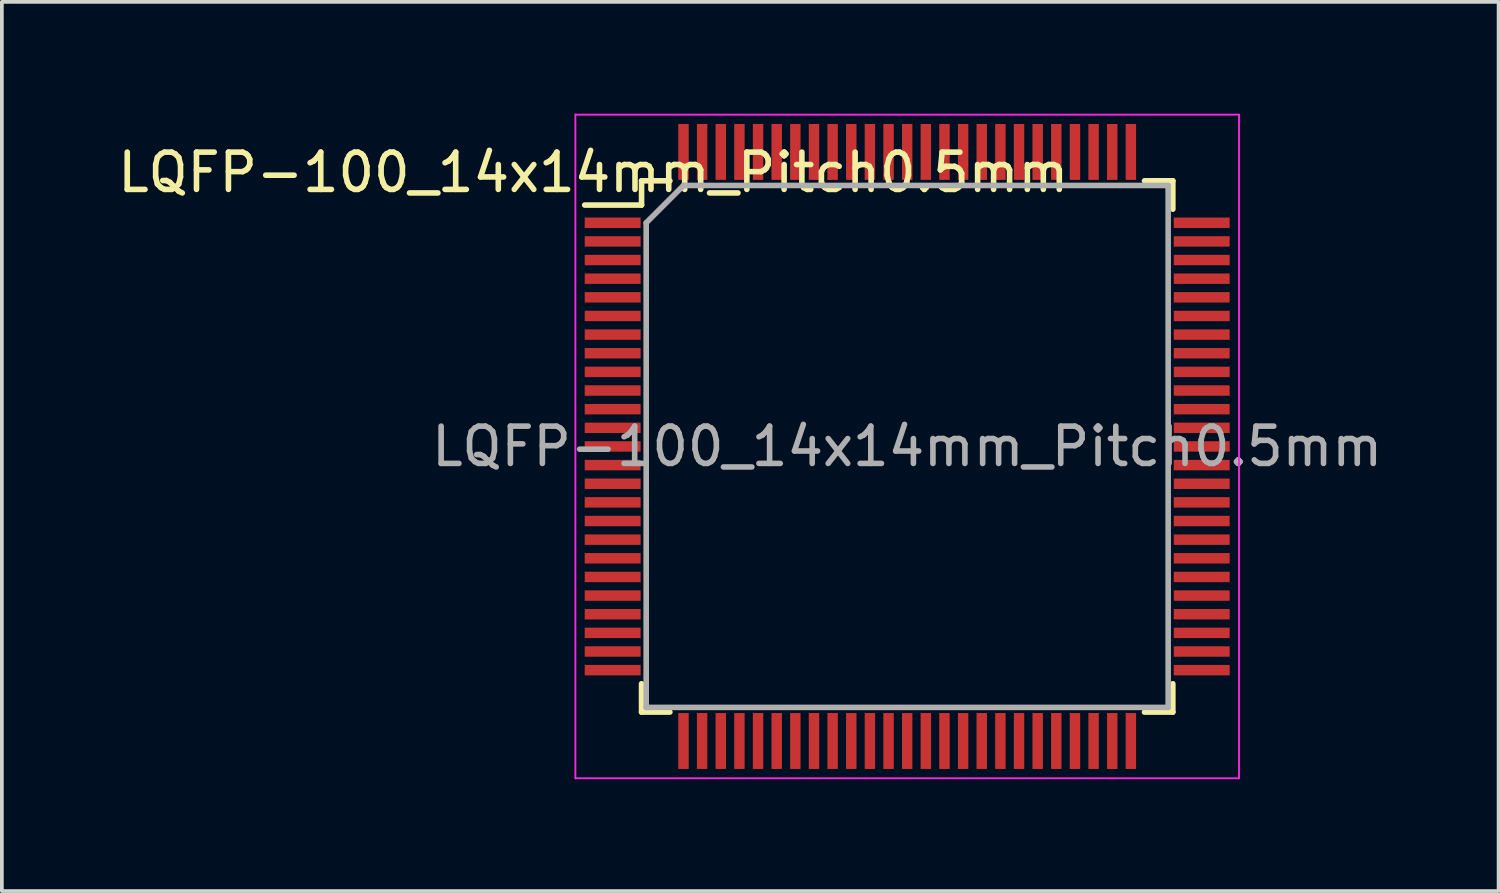
<source format=kicad_pcb>
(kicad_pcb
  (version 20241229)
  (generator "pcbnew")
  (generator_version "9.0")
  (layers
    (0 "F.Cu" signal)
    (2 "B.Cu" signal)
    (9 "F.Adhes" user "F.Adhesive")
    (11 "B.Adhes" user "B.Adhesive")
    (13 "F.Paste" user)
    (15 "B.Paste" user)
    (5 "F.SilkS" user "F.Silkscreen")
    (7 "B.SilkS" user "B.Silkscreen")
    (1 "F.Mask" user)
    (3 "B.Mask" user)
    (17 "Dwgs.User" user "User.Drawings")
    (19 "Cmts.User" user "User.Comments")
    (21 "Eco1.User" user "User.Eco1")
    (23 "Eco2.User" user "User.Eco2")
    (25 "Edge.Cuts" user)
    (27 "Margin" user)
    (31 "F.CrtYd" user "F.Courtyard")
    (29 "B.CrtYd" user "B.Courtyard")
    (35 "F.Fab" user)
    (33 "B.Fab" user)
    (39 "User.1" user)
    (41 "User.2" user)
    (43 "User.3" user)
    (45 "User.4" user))
  (footprint "LQFP-100_14x14mm_Pitch0.5mm"
    (layer "F.Cu")
    (at 21.283 8.925)
    (property "Reference" "LQFP-100_14x14mm_Pitch0.5mm" (at -8.42 -7.35 0) (layer "F.SilkS") (effects (font (size 1 1) (thickness 0.15))))
    (attr smd)
    (fp_line (start -7.125 -7.125) (end -7.125 -6.475) (stroke (width 0.15) (type solid)) (layer "F.SilkS"))
    (fp_line (start -7.125 -7.125) (end -6.365 -7.125) (stroke (width 0.15) (type solid)) (layer "F.SilkS"))
    (fp_line (start -7.125 -6.475) (end -8.65 -6.475) (stroke (width 0.15) (type solid)) (layer "F.SilkS"))
    (fp_line (start -7.125 7.125) (end -7.125 6.365) (stroke (width 0.15) (type solid)) (layer "F.SilkS"))
    (fp_line (start -7.125 7.125) (end -6.365 7.125) (stroke (width 0.15) (type solid)) (layer "F.SilkS"))
    (fp_line (start 7.125 -7.125) (end 6.365 -7.125) (stroke (width 0.15) (type solid)) (layer "F.SilkS"))
    (fp_line (start 7.125 -7.125) (end 7.125 -6.365) (stroke (width 0.15) (type solid)) (layer "F.SilkS"))
    (fp_line (start 7.125 7.125) (end 6.365 7.125) (stroke (width 0.15) (type solid)) (layer "F.SilkS"))
    (fp_line (start 7.125 7.125) (end 7.125 6.365) (stroke (width 0.15) (type solid)) (layer "F.SilkS"))
    (fp_line (start -8.9 -8.9) (end -8.9 8.9) (stroke (width 0.05) (type solid)) (layer "F.CrtYd"))
    (fp_line (start -8.9 -8.9) (end 8.9 -8.9) (stroke (width 0.05) (type solid)) (layer "F.CrtYd"))
    (fp_line (start -8.9 8.9) (end 8.9 8.9) (stroke (width 0.05) (type solid)) (layer "F.CrtYd"))
    (fp_line (start 8.9 -8.9) (end 8.9 8.9) (stroke (width 0.05) (type solid)) (layer "F.CrtYd"))
    (fp_line (start -7 -6) (end -6 -7) (stroke (width 0.15) (type solid)) (layer "F.Fab"))
    (fp_line (start -7 7) (end -7 -6) (stroke (width 0.15) (type solid)) (layer "F.Fab"))
    (fp_line (start -6 -7) (end 7 -7) (stroke (width 0.15) (type solid)) (layer "F.Fab"))
    (fp_line (start 7 -7) (end 7 7) (stroke (width 0.15) (type solid)) (layer "F.Fab"))
    (fp_line (start 7 7) (end -7 7) (stroke (width 0.15) (type solid)) (layer "F.Fab"))
    (fp_text user "${REFERENCE}" (at 0 0 0) (layer "F.Fab") (effects (font (size 1 1) (thickness 0.15))))
    (pad "1" smd rect (at -7.9 -6) (size 1.5 0.28) (layers "F.Cu" "F.Mask" "F.Paste"))
    (pad "2" smd rect (at -7.9 -5.5) (size 1.5 0.28) (layers "F.Cu" "F.Mask" "F.Paste"))
    (pad "3" smd rect (at -7.9 -5) (size 1.5 0.28) (layers "F.Cu" "F.Mask" "F.Paste"))
    (pad "4" smd rect (at -7.9 -4.5) (size 1.5 0.28) (layers "F.Cu" "F.Mask" "F.Paste"))
    (pad "5" smd rect (at -7.9 -4) (size 1.5 0.28) (layers "F.Cu" "F.Mask" "F.Paste"))
    (pad "6" smd rect (at -7.9 -3.5) (size 1.5 0.28) (layers "F.Cu" "F.Mask" "F.Paste"))
    (pad "7" smd rect (at -7.9 -3) (size 1.5 0.28) (layers "F.Cu" "F.Mask" "F.Paste"))
    (pad "8" smd rect (at -7.9 -2.5) (size 1.5 0.28) (layers "F.Cu" "F.Mask" "F.Paste"))
    (pad "9" smd rect (at -7.9 -2) (size 1.5 0.28) (layers "F.Cu" "F.Mask" "F.Paste"))
    (pad "10" smd rect (at -7.9 -1.5) (size 1.5 0.28) (layers "F.Cu" "F.Mask" "F.Paste"))
    (pad "11" smd rect (at -7.9 -1) (size 1.5 0.28) (layers "F.Cu" "F.Mask" "F.Paste"))
    (pad "12" smd rect (at -7.9 -0.5) (size 1.5 0.28) (layers "F.Cu" "F.Mask" "F.Paste"))
    (pad "13" smd rect (at -7.9 0) (size 1.5 0.28) (layers "F.Cu" "F.Mask" "F.Paste"))
    (pad "14" smd rect (at -7.9 0.5) (size 1.5 0.28) (layers "F.Cu" "F.Mask" "F.Paste"))
    (pad "15" smd rect (at -7.9 1) (size 1.5 0.28) (layers "F.Cu" "F.Mask" "F.Paste"))
    (pad "16" smd rect (at -7.9 1.5) (size 1.5 0.28) (layers "F.Cu" "F.Mask" "F.Paste"))
    (pad "17" smd rect (at -7.9 2) (size 1.5 0.28) (layers "F.Cu" "F.Mask" "F.Paste"))
    (pad "18" smd rect (at -7.9 2.5) (size 1.5 0.28) (layers "F.Cu" "F.Mask" "F.Paste"))
    (pad "19" smd rect (at -7.9 3) (size 1.5 0.28) (layers "F.Cu" "F.Mask" "F.Paste"))
    (pad "20" smd rect (at -7.9 3.5) (size 1.5 0.28) (layers "F.Cu" "F.Mask" "F.Paste"))
    (pad "21" smd rect (at -7.9 4) (size 1.5 0.28) (layers "F.Cu" "F.Mask" "F.Paste"))
    (pad "22" smd rect (at -7.9 4.5) (size 1.5 0.28) (layers "F.Cu" "F.Mask" "F.Paste"))
    (pad "23" smd rect (at -7.9 5) (size 1.5 0.28) (layers "F.Cu" "F.Mask" "F.Paste"))
    (pad "24" smd rect (at -7.9 5.5) (size 1.5 0.28) (layers "F.Cu" "F.Mask" "F.Paste"))
    (pad "25" smd rect (at -7.9 6) (size 1.5 0.28) (layers "F.Cu" "F.Mask" "F.Paste"))
    (pad "26" smd rect (at -6 7.9 90) (size 1.5 0.28) (layers "F.Cu" "F.Mask" "F.Paste"))
    (pad "27" smd rect (at -5.5 7.9 90) (size 1.5 0.28) (layers "F.Cu" "F.Mask" "F.Paste"))
    (pad "28" smd rect (at -5 7.9 90) (size 1.5 0.28) (layers "F.Cu" "F.Mask" "F.Paste"))
    (pad "29" smd rect (at -4.5 7.9 90) (size 1.5 0.28) (layers "F.Cu" "F.Mask" "F.Paste"))
    (pad "30" smd rect (at -4 7.9 90) (size 1.5 0.28) (layers "F.Cu" "F.Mask" "F.Paste"))
    (pad "31" smd rect (at -3.5 7.9 90) (size 1.5 0.28) (layers "F.Cu" "F.Mask" "F.Paste"))
    (pad "32" smd rect (at -3 7.9 90) (size 1.5 0.28) (layers "F.Cu" "F.Mask" "F.Paste"))
    (pad "33" smd rect (at -2.5 7.9 90) (size 1.5 0.28) (layers "F.Cu" "F.Mask" "F.Paste"))
    (pad "34" smd rect (at -2 7.9 90) (size 1.5 0.28) (layers "F.Cu" "F.Mask" "F.Paste"))
    (pad "35" smd rect (at -1.5 7.9 90) (size 1.5 0.28) (layers "F.Cu" "F.Mask" "F.Paste"))
    (pad "36" smd rect (at -1 7.9 90) (size 1.5 0.28) (layers "F.Cu" "F.Mask" "F.Paste"))
    (pad "37" smd rect (at -0.5 7.9 90) (size 1.5 0.28) (layers "F.Cu" "F.Mask" "F.Paste"))
    (pad "38" smd rect (at 0 7.9 90) (size 1.5 0.28) (layers "F.Cu" "F.Mask" "F.Paste"))
    (pad "39" smd rect (at 0.5 7.9 90) (size 1.5 0.28) (layers "F.Cu" "F.Mask" "F.Paste"))
    (pad "40" smd rect (at 1 7.9 90) (size 1.5 0.28) (layers "F.Cu" "F.Mask" "F.Paste"))
    (pad "41" smd rect (at 1.5 7.9 90) (size 1.5 0.28) (layers "F.Cu" "F.Mask" "F.Paste"))
    (pad "42" smd rect (at 2 7.9 90) (size 1.5 0.28) (layers "F.Cu" "F.Mask" "F.Paste"))
    (pad "43" smd rect (at 2.5 7.9 90) (size 1.5 0.28) (layers "F.Cu" "F.Mask" "F.Paste"))
    (pad "44" smd rect (at 3 7.9 90) (size 1.5 0.28) (layers "F.Cu" "F.Mask" "F.Paste"))
    (pad "45" smd rect (at 3.5 7.9 90) (size 1.5 0.28) (layers "F.Cu" "F.Mask" "F.Paste"))
    (pad "46" smd rect (at 4 7.9 90) (size 1.5 0.28) (layers "F.Cu" "F.Mask" "F.Paste"))
    (pad "47" smd rect (at 4.5 7.9 90) (size 1.5 0.28) (layers "F.Cu" "F.Mask" "F.Paste"))
    (pad "48" smd rect (at 5 7.9 90) (size 1.5 0.28) (layers "F.Cu" "F.Mask" "F.Paste"))
    (pad "49" smd rect (at 5.5 7.9 90) (size 1.5 0.28) (layers "F.Cu" "F.Mask" "F.Paste"))
    (pad "50" smd rect (at 6 7.9 90) (size 1.5 0.28) (layers "F.Cu" "F.Mask" "F.Paste"))
    (pad "51" smd rect (at 7.9 6) (size 1.5 0.28) (layers "F.Cu" "F.Mask" "F.Paste"))
    (pad "52" smd rect (at 7.9 5.5) (size 1.5 0.28) (layers "F.Cu" "F.Mask" "F.Paste"))
    (pad "53" smd rect (at 7.9 5) (size 1.5 0.28) (layers "F.Cu" "F.Mask" "F.Paste"))
    (pad "54" smd rect (at 7.9 4.5) (size 1.5 0.28) (layers "F.Cu" "F.Mask" "F.Paste"))
    (pad "55" smd rect (at 7.9 4) (size 1.5 0.28) (layers "F.Cu" "F.Mask" "F.Paste"))
    (pad "56" smd rect (at 7.9 3.5) (size 1.5 0.28) (layers "F.Cu" "F.Mask" "F.Paste"))
    (pad "57" smd rect (at 7.9 3) (size 1.5 0.28) (layers "F.Cu" "F.Mask" "F.Paste"))
    (pad "58" smd rect (at 7.9 2.5) (size 1.5 0.28) (layers "F.Cu" "F.Mask" "F.Paste"))
    (pad "59" smd rect (at 7.9 2) (size 1.5 0.28) (layers "F.Cu" "F.Mask" "F.Paste"))
    (pad "60" smd rect (at 7.9 1.5) (size 1.5 0.28) (layers "F.Cu" "F.Mask" "F.Paste"))
    (pad "61" smd rect (at 7.9 1) (size 1.5 0.28) (layers "F.Cu" "F.Mask" "F.Paste"))
    (pad "62" smd rect (at 7.9 0.5) (size 1.5 0.28) (layers "F.Cu" "F.Mask" "F.Paste"))
    (pad "63" smd rect (at 7.9 0) (size 1.5 0.28) (layers "F.Cu" "F.Mask" "F.Paste"))
    (pad "64" smd rect (at 7.9 -0.5) (size 1.5 0.28) (layers "F.Cu" "F.Mask" "F.Paste"))
    (pad "65" smd rect (at 7.9 -1) (size 1.5 0.28) (layers "F.Cu" "F.Mask" "F.Paste"))
    (pad "66" smd rect (at 7.9 -1.5) (size 1.5 0.28) (layers "F.Cu" "F.Mask" "F.Paste"))
    (pad "67" smd rect (at 7.9 -2) (size 1.5 0.28) (layers "F.Cu" "F.Mask" "F.Paste"))
    (pad "68" smd rect (at 7.9 -2.5) (size 1.5 0.28) (layers "F.Cu" "F.Mask" "F.Paste"))
    (pad "69" smd rect (at 7.9 -3) (size 1.5 0.28) (layers "F.Cu" "F.Mask" "F.Paste"))
    (pad "70" smd rect (at 7.9 -3.5) (size 1.5 0.28) (layers "F.Cu" "F.Mask" "F.Paste"))
    (pad "71" smd rect (at 7.9 -4) (size 1.5 0.28) (layers "F.Cu" "F.Mask" "F.Paste"))
    (pad "72" smd rect (at 7.9 -4.5) (size 1.5 0.28) (layers "F.Cu" "F.Mask" "F.Paste"))
    (pad "73" smd rect (at 7.9 -5) (size 1.5 0.28) (layers "F.Cu" "F.Mask" "F.Paste"))
    (pad "74" smd rect (at 7.9 -5.5) (size 1.5 0.28) (layers "F.Cu" "F.Mask" "F.Paste"))
    (pad "75" smd rect (at 7.9 -6) (size 1.5 0.28) (layers "F.Cu" "F.Mask" "F.Paste"))
    (pad "76" smd rect (at 6 -7.9 90) (size 1.5 0.28) (layers "F.Cu" "F.Mask" "F.Paste"))
    (pad "77" smd rect (at 5.5 -7.9 90) (size 1.5 0.28) (layers "F.Cu" "F.Mask" "F.Paste"))
    (pad "78" smd rect (at 5 -7.9 90) (size 1.5 0.28) (layers "F.Cu" "F.Mask" "F.Paste"))
    (pad "79" smd rect (at 4.5 -7.9 90) (size 1.5 0.28) (layers "F.Cu" "F.Mask" "F.Paste"))
    (pad "80" smd rect (at 4 -7.9 90) (size 1.5 0.28) (layers "F.Cu" "F.Mask" "F.Paste"))
    (pad "81" smd rect (at 3.5 -7.9 90) (size 1.5 0.28) (layers "F.Cu" "F.Mask" "F.Paste"))
    (pad "82" smd rect (at 3 -7.9 90) (size 1.5 0.28) (layers "F.Cu" "F.Mask" "F.Paste"))
    (pad "83" smd rect (at 2.5 -7.9 90) (size 1.5 0.28) (layers "F.Cu" "F.Mask" "F.Paste"))
    (pad "84" smd rect (at 2 -7.9 90) (size 1.5 0.28) (layers "F.Cu" "F.Mask" "F.Paste"))
    (pad "85" smd rect (at 1.5 -7.9 90) (size 1.5 0.28) (layers "F.Cu" "F.Mask" "F.Paste"))
    (pad "86" smd rect (at 1 -7.9 90) (size 1.5 0.28) (layers "F.Cu" "F.Mask" "F.Paste"))
    (pad "87" smd rect (at 0.5 -7.9 90) (size 1.5 0.28) (layers "F.Cu" "F.Mask" "F.Paste"))
    (pad "88" smd rect (at 0 -7.9 90) (size 1.5 0.28) (layers "F.Cu" "F.Mask" "F.Paste"))
    (pad "89" smd rect (at -0.5 -7.9 90) (size 1.5 0.28) (layers "F.Cu" "F.Mask" "F.Paste"))
    (pad "90" smd rect (at -1 -7.9 90) (size 1.5 0.28) (layers "F.Cu" "F.Mask" "F.Paste"))
    (pad "91" smd rect (at -1.5 -7.9 90) (size 1.5 0.28) (layers "F.Cu" "F.Mask" "F.Paste"))
    (pad "92" smd rect (at -2 -7.9 90) (size 1.5 0.28) (layers "F.Cu" "F.Mask" "F.Paste"))
    (pad "93" smd rect (at -2.5 -7.9 90) (size 1.5 0.28) (layers "F.Cu" "F.Mask" "F.Paste"))
    (pad "94" smd rect (at -3 -7.9 90) (size 1.5 0.28) (layers "F.Cu" "F.Mask" "F.Paste"))
    (pad "95" smd rect (at -3.5 -7.9 90) (size 1.5 0.28) (layers "F.Cu" "F.Mask" "F.Paste"))
    (pad "96" smd rect (at -4 -7.9 90) (size 1.5 0.28) (layers "F.Cu" "F.Mask" "F.Paste"))
    (pad "97" smd rect (at -4.5 -7.9 90) (size 1.5 0.28) (layers "F.Cu" "F.Mask" "F.Paste"))
    (pad "98" smd rect (at -5 -7.9 90) (size 1.5 0.28) (layers "F.Cu" "F.Mask" "F.Paste"))
    (pad "99" smd rect (at -5.5 -7.9 90) (size 1.5 0.28) (layers "F.Cu" "F.Mask" "F.Paste"))
    (pad "100" smd rect (at -6 -7.9 90) (size 1.5 0.28) (layers "F.Cu" "F.Mask" "F.Paste")))
  (gr_rect
    (start -3 -3)
    (end 37.146 20.85)
    (stroke (width 0.1) (type default))
    (fill no)
    (layer "Edge.Cuts")))
</source>
